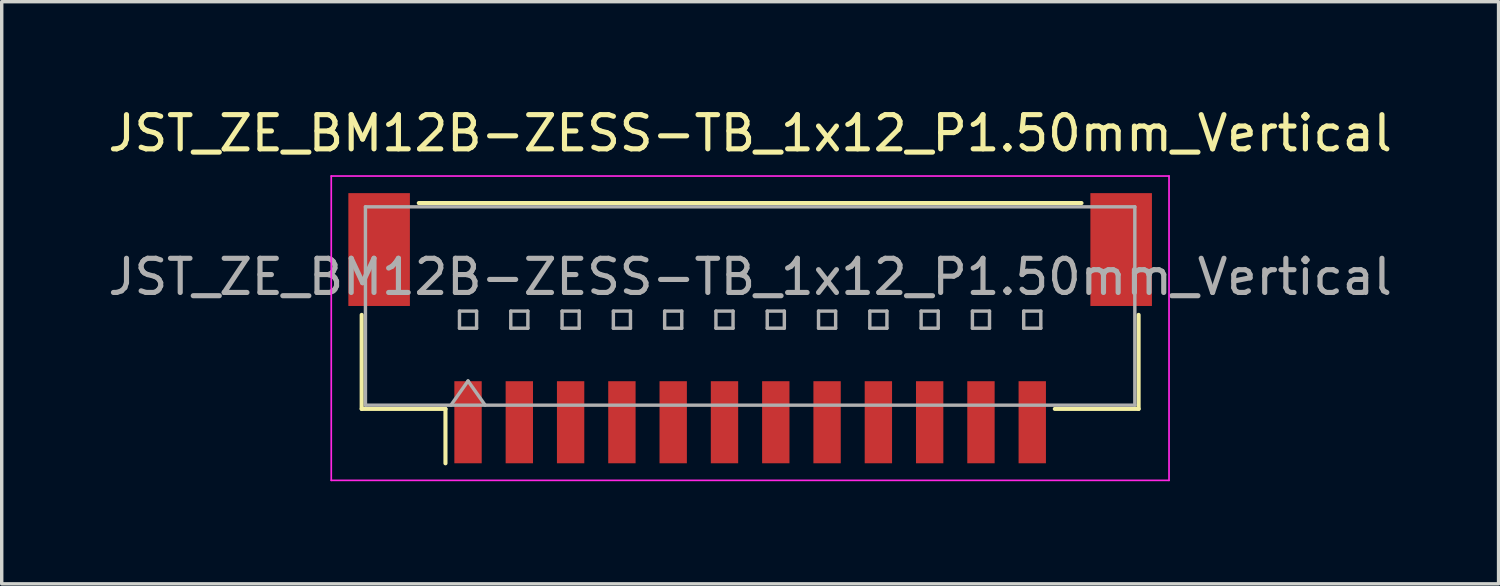
<source format=kicad_pcb>
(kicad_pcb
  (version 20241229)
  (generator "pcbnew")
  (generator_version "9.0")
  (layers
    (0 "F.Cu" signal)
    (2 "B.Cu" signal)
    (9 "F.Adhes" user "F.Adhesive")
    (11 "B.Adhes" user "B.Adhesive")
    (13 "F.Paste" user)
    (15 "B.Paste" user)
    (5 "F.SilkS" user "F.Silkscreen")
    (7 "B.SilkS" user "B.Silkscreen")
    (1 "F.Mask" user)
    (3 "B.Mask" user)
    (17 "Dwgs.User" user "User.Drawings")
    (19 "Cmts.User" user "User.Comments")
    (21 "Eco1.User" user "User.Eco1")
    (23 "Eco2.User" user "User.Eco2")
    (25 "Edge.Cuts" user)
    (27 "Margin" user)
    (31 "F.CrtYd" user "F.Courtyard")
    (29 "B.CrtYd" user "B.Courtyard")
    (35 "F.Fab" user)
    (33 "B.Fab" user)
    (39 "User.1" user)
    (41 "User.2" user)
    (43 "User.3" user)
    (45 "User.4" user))
  (footprint "JST_ZE_BM12B-ZESS-TB_1x12_P1.50mm_Vertical"
    (layer "F.Cu")
    (at 18.887 6.548)
    (property "Reference" "JST_ZE_BM12B-ZESS-TB_1x12_P1.50mm_Vertical" (at 0 -5.7 0) (layer "F.SilkS") (effects (font (size 1 1) (thickness 0.15))))
    (attr smd)
    (fp_line (start -11.36 -0.39) (end -11.36 2.36) (stroke (width 0.12) (type solid)) (layer "F.SilkS"))
    (fp_line (start -11.36 2.36) (end -8.91 2.36) (stroke (width 0.12) (type solid)) (layer "F.SilkS"))
    (fp_line (start -9.69 -3.66) (end 9.69 -3.66) (stroke (width 0.12) (type solid)) (layer "F.SilkS"))
    (fp_line (start -8.91 2.36) (end -8.91 3.95) (stroke (width 0.12) (type solid)) (layer "F.SilkS"))
    (fp_line (start 11.36 -0.39) (end 11.36 2.36) (stroke (width 0.12) (type solid)) (layer "F.SilkS"))
    (fp_line (start 11.36 2.36) (end 8.91 2.36) (stroke (width 0.12) (type solid)) (layer "F.SilkS"))
    (fp_line (start -12.25 -4.45) (end -12.25 4.45) (stroke (width 0.05) (type solid)) (layer "F.CrtYd"))
    (fp_line (start -12.25 4.45) (end 12.25 4.45) (stroke (width 0.05) (type solid)) (layer "F.CrtYd"))
    (fp_line (start 12.25 -4.45) (end -12.25 -4.45) (stroke (width 0.05) (type solid)) (layer "F.CrtYd"))
    (fp_line (start 12.25 4.45) (end 12.25 -4.45) (stroke (width 0.05) (type solid)) (layer "F.CrtYd"))
    (fp_line (start -11.25 -3.55) (end 11.25 -3.55) (stroke (width 0.1) (type solid)) (layer "F.Fab"))
    (fp_line (start -11.25 2.25) (end -11.25 -3.55) (stroke (width 0.1) (type solid)) (layer "F.Fab"))
    (fp_line (start -11.25 2.25) (end 11.25 2.25) (stroke (width 0.1) (type solid)) (layer "F.Fab"))
    (fp_line (start -8.75 2.25) (end -8.25 1.543) (stroke (width 0.1) (type solid)) (layer "F.Fab"))
    (fp_line (start -8.5 -0.5) (end -8.5 0) (stroke (width 0.1) (type solid)) (layer "F.Fab"))
    (fp_line (start -8.5 0) (end -8 0) (stroke (width 0.1) (type solid)) (layer "F.Fab"))
    (fp_line (start -8.25 1.543) (end -7.75 2.25) (stroke (width 0.1) (type solid)) (layer "F.Fab"))
    (fp_line (start -8 -0.5) (end -8.5 -0.5) (stroke (width 0.1) (type solid)) (layer "F.Fab"))
    (fp_line (start -8 0) (end -8 -0.5) (stroke (width 0.1) (type solid)) (layer "F.Fab"))
    (fp_line (start -7 -0.5) (end -7 0) (stroke (width 0.1) (type solid)) (layer "F.Fab"))
    (fp_line (start -7 0) (end -6.5 0) (stroke (width 0.1) (type solid)) (layer "F.Fab"))
    (fp_line (start -6.5 -0.5) (end -7 -0.5) (stroke (width 0.1) (type solid)) (layer "F.Fab"))
    (fp_line (start -6.5 0) (end -6.5 -0.5) (stroke (width 0.1) (type solid)) (layer "F.Fab"))
    (fp_line (start -5.5 -0.5) (end -5.5 0) (stroke (width 0.1) (type solid)) (layer "F.Fab"))
    (fp_line (start -5.5 0) (end -5 0) (stroke (width 0.1) (type solid)) (layer "F.Fab"))
    (fp_line (start -5 -0.5) (end -5.5 -0.5) (stroke (width 0.1) (type solid)) (layer "F.Fab"))
    (fp_line (start -5 0) (end -5 -0.5) (stroke (width 0.1) (type solid)) (layer "F.Fab"))
    (fp_line (start -4 -0.5) (end -4 0) (stroke (width 0.1) (type solid)) (layer "F.Fab"))
    (fp_line (start -4 0) (end -3.5 0) (stroke (width 0.1) (type solid)) (layer "F.Fab"))
    (fp_line (start -3.5 -0.5) (end -4 -0.5) (stroke (width 0.1) (type solid)) (layer "F.Fab"))
    (fp_line (start -3.5 0) (end -3.5 -0.5) (stroke (width 0.1) (type solid)) (layer "F.Fab"))
    (fp_line (start -2.5 -0.5) (end -2.5 0) (stroke (width 0.1) (type solid)) (layer "F.Fab"))
    (fp_line (start -2.5 0) (end -2 0) (stroke (width 0.1) (type solid)) (layer "F.Fab"))
    (fp_line (start -2 -0.5) (end -2.5 -0.5) (stroke (width 0.1) (type solid)) (layer "F.Fab"))
    (fp_line (start -2 0) (end -2 -0.5) (stroke (width 0.1) (type solid)) (layer "F.Fab"))
    (fp_line (start -1 -0.5) (end -1 0) (stroke (width 0.1) (type solid)) (layer "F.Fab"))
    (fp_line (start -1 0) (end -0.5 0) (stroke (width 0.1) (type solid)) (layer "F.Fab"))
    (fp_line (start -0.5 -0.5) (end -1 -0.5) (stroke (width 0.1) (type solid)) (layer "F.Fab"))
    (fp_line (start -0.5 0) (end -0.5 -0.5) (stroke (width 0.1) (type solid)) (layer "F.Fab"))
    (fp_line (start 0.5 -0.5) (end 0.5 0) (stroke (width 0.1) (type solid)) (layer "F.Fab"))
    (fp_line (start 0.5 0) (end 1 0) (stroke (width 0.1) (type solid)) (layer "F.Fab"))
    (fp_line (start 1 -0.5) (end 0.5 -0.5) (stroke (width 0.1) (type solid)) (layer "F.Fab"))
    (fp_line (start 1 0) (end 1 -0.5) (stroke (width 0.1) (type solid)) (layer "F.Fab"))
    (fp_line (start 2 -0.5) (end 2 0) (stroke (width 0.1) (type solid)) (layer "F.Fab"))
    (fp_line (start 2 0) (end 2.5 0) (stroke (width 0.1) (type solid)) (layer "F.Fab"))
    (fp_line (start 2.5 -0.5) (end 2 -0.5) (stroke (width 0.1) (type solid)) (layer "F.Fab"))
    (fp_line (start 2.5 0) (end 2.5 -0.5) (stroke (width 0.1) (type solid)) (layer "F.Fab"))
    (fp_line (start 3.5 -0.5) (end 3.5 0) (stroke (width 0.1) (type solid)) (layer "F.Fab"))
    (fp_line (start 3.5 0) (end 4 0) (stroke (width 0.1) (type solid)) (layer "F.Fab"))
    (fp_line (start 4 -0.5) (end 3.5 -0.5) (stroke (width 0.1) (type solid)) (layer "F.Fab"))
    (fp_line (start 4 0) (end 4 -0.5) (stroke (width 0.1) (type solid)) (layer "F.Fab"))
    (fp_line (start 5 -0.5) (end 5 0) (stroke (width 0.1) (type solid)) (layer "F.Fab"))
    (fp_line (start 5 0) (end 5.5 0) (stroke (width 0.1) (type solid)) (layer "F.Fab"))
    (fp_line (start 5.5 -0.5) (end 5 -0.5) (stroke (width 0.1) (type solid)) (layer "F.Fab"))
    (fp_line (start 5.5 0) (end 5.5 -0.5) (stroke (width 0.1) (type solid)) (layer "F.Fab"))
    (fp_line (start 6.5 -0.5) (end 6.5 0) (stroke (width 0.1) (type solid)) (layer "F.Fab"))
    (fp_line (start 6.5 0) (end 7 0) (stroke (width 0.1) (type solid)) (layer "F.Fab"))
    (fp_line (start 7 -0.5) (end 6.5 -0.5) (stroke (width 0.1) (type solid)) (layer "F.Fab"))
    (fp_line (start 7 0) (end 7 -0.5) (stroke (width 0.1) (type solid)) (layer "F.Fab"))
    (fp_line (start 8 -0.5) (end 8 0) (stroke (width 0.1) (type solid)) (layer "F.Fab"))
    (fp_line (start 8 0) (end 8.5 0) (stroke (width 0.1) (type solid)) (layer "F.Fab"))
    (fp_line (start 8.5 -0.5) (end 8 -0.5) (stroke (width 0.1) (type solid)) (layer "F.Fab"))
    (fp_line (start 8.5 0) (end 8.5 -0.5) (stroke (width 0.1) (type solid)) (layer "F.Fab"))
    (fp_line (start 11.25 2.25) (end 11.25 -3.55) (stroke (width 0.1) (type solid)) (layer "F.Fab"))
    (fp_text user "${REFERENCE}" (at 0 -1.5 0) (layer "F.Fab") (effects (font (size 1 1) (thickness 0.15))))
    (pad "" smd rect (at -10.85 -2.3) (size 1.8 3.3) (layers "F.Cu" "F.Mask" "F.Paste"))
    (pad "" smd rect (at 10.85 -2.3) (size 1.8 3.3) (layers "F.Cu" "F.Mask" "F.Paste"))
    (pad "1" smd rect (at -8.25 2.75) (size 0.8 2.4) (layers "F.Cu" "F.Mask" "F.Paste"))
    (pad "2" smd rect (at -6.75 2.75) (size 0.8 2.4) (layers "F.Cu" "F.Mask" "F.Paste"))
    (pad "3" smd rect (at -5.25 2.75) (size 0.8 2.4) (layers "F.Cu" "F.Mask" "F.Paste"))
    (pad "4" smd rect (at -3.75 2.75) (size 0.8 2.4) (layers "F.Cu" "F.Mask" "F.Paste"))
    (pad "5" smd rect (at -2.25 2.75) (size 0.8 2.4) (layers "F.Cu" "F.Mask" "F.Paste"))
    (pad "6" smd rect (at -0.75 2.75) (size 0.8 2.4) (layers "F.Cu" "F.Mask" "F.Paste"))
    (pad "7" smd rect (at 0.75 2.75) (size 0.8 2.4) (layers "F.Cu" "F.Mask" "F.Paste"))
    (pad "8" smd rect (at 2.25 2.75) (size 0.8 2.4) (layers "F.Cu" "F.Mask" "F.Paste"))
    (pad "9" smd rect (at 3.75 2.75) (size 0.8 2.4) (layers "F.Cu" "F.Mask" "F.Paste"))
    (pad "10" smd rect (at 5.25 2.75) (size 0.8 2.4) (layers "F.Cu" "F.Mask" "F.Paste"))
    (pad "11" smd rect (at 6.75 2.75) (size 0.8 2.4) (layers "F.Cu" "F.Mask" "F.Paste"))
    (pad "12" smd rect (at 8.25 2.75) (size 0.8 2.4) (layers "F.Cu" "F.Mask" "F.Paste")))
  (gr_rect
    (start -3 -3)
    (end 40.774 14.023)
    (stroke (width 0.1) (type default))
    (fill no)
    (layer "Edge.Cuts")))
</source>
